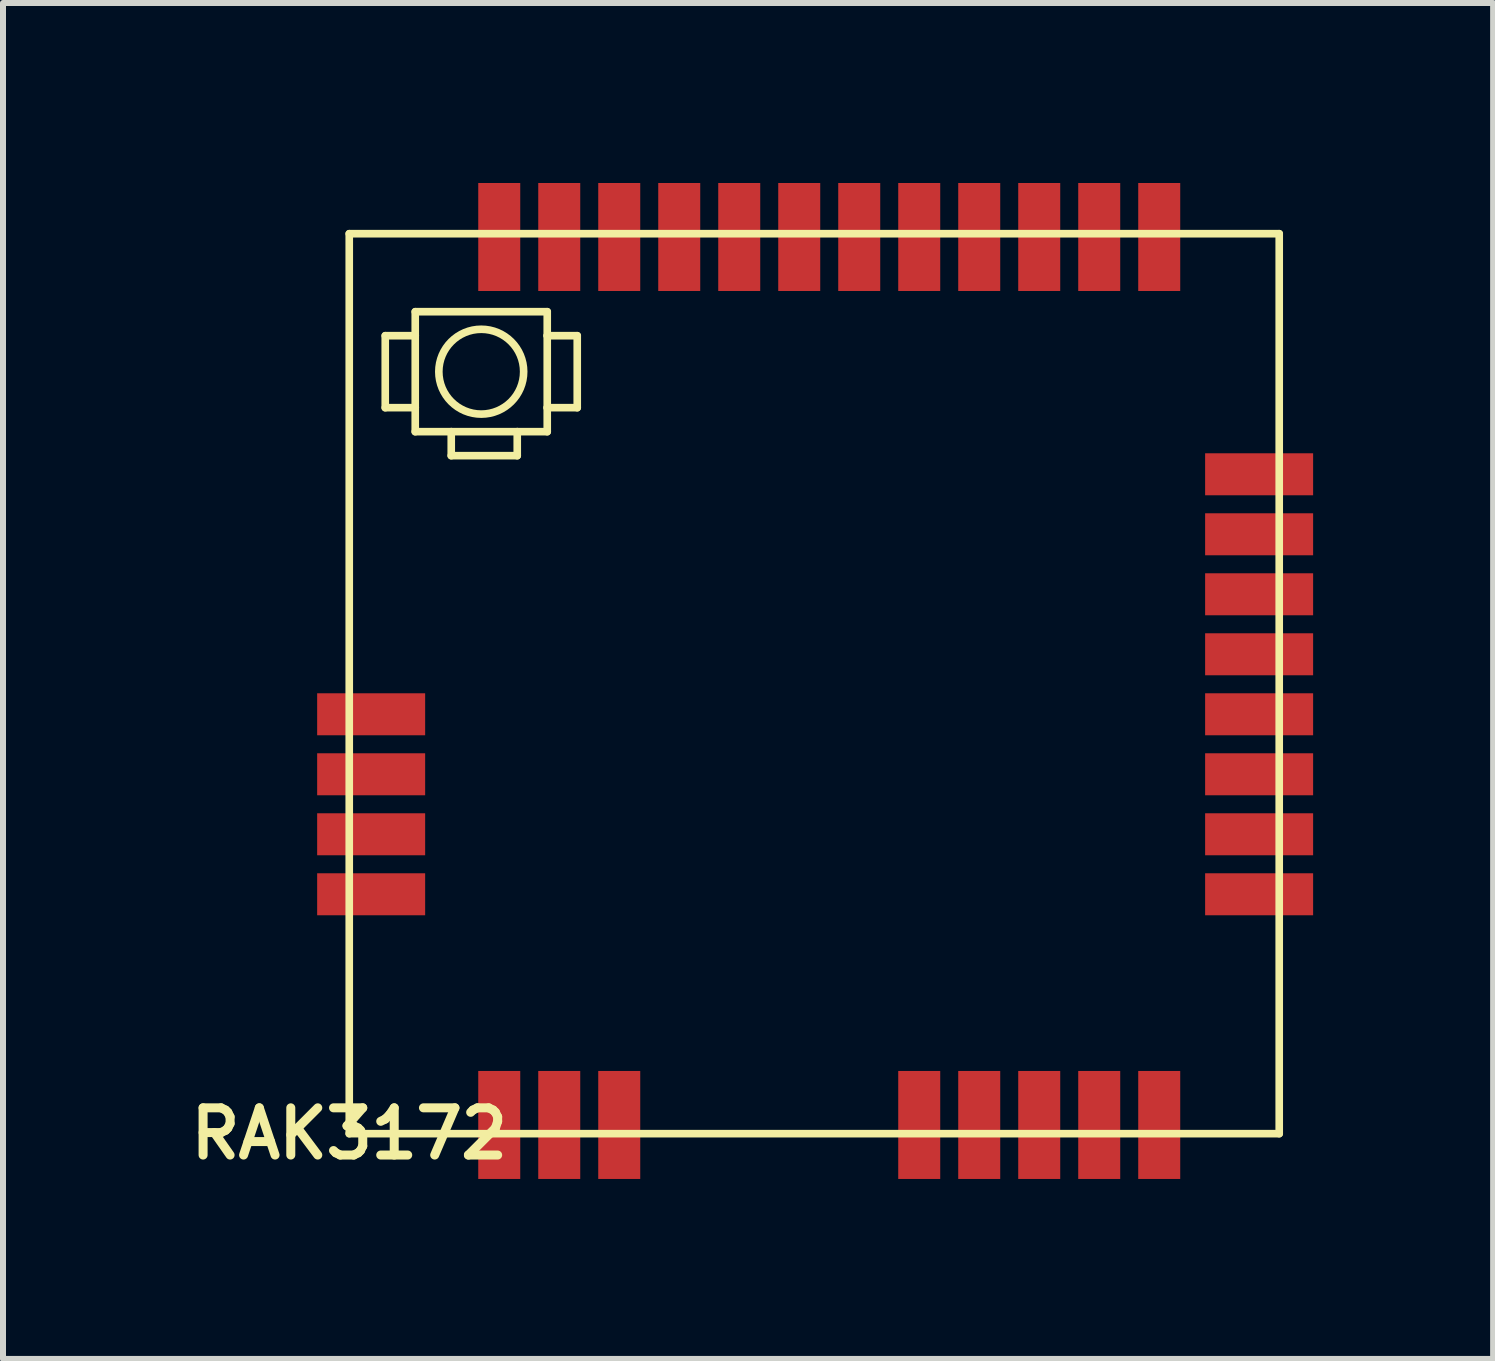
<source format=kicad_pcb>
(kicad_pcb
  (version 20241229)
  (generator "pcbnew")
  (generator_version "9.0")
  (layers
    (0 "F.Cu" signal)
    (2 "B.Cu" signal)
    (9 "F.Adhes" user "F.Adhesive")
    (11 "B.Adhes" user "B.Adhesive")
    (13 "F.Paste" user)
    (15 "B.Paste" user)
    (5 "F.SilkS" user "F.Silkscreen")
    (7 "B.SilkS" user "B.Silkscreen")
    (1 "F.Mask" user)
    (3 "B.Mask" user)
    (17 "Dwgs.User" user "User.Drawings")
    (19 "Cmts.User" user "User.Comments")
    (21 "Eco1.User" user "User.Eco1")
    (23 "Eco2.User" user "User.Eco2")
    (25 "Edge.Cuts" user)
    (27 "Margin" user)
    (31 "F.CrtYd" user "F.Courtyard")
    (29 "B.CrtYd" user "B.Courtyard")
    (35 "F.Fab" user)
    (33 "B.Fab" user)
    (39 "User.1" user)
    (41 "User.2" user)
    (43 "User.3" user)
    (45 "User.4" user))
  (footprint "RAK3172"
    (layer "F.Cu")
    (at 2.771 15.845)
    (property "Reference" "RAK3172" (at 0 0 0) (layer "F.SilkS") (effects (font (size 0.787 0.787) (thickness 0.15))))
    (attr smd)
    (fp_line (start 0 -15) (end 0 0) (stroke (width 0.127) (type solid)) (layer "F.SilkS"))
    (fp_line (start 0 0) (end 15.5 0) (stroke (width 0.127) (type solid)) (layer "F.SilkS"))
    (fp_line (start 0.6 -13.3) (end 1.1 -13.3) (stroke (width 0.127) (type solid)) (layer "F.SilkS"))
    (fp_line (start 0.6 -12.1) (end 0.6 -13.3) (stroke (width 0.127) (type solid)) (layer "F.SilkS"))
    (fp_line (start 1.1 -13.7) (end 3.3 -13.7) (stroke (width 0.127) (type solid)) (layer "F.SilkS"))
    (fp_line (start 1.1 -13.3) (end 1.1 -13.7) (stroke (width 0.127) (type solid)) (layer "F.SilkS"))
    (fp_line (start 1.1 -12.1) (end 0.6 -12.1) (stroke (width 0.127) (type solid)) (layer "F.SilkS"))
    (fp_line (start 1.1 -12.1) (end 1.1 -13.3) (stroke (width 0.127) (type solid)) (layer "F.SilkS"))
    (fp_line (start 1.1 -11.7) (end 1.1 -12.1) (stroke (width 0.127) (type solid)) (layer "F.SilkS"))
    (fp_line (start 1.7 -11.7) (end 1.1 -11.7) (stroke (width 0.127) (type solid)) (layer "F.SilkS"))
    (fp_line (start 1.7 -11.3) (end 1.7 -11.7) (stroke (width 0.127) (type solid)) (layer "F.SilkS"))
    (fp_line (start 1.7 -11.3) (end 2.8 -11.3) (stroke (width 0.127) (type solid)) (layer "F.SilkS"))
    (fp_line (start 2.8 -11.7) (end 1.7 -11.7) (stroke (width 0.127) (type solid)) (layer "F.SilkS"))
    (fp_line (start 2.8 -11.3) (end 2.8 -11.7) (stroke (width 0.127) (type solid)) (layer "F.SilkS"))
    (fp_line (start 3.3 -13.7) (end 3.3 -13.3) (stroke (width 0.127) (type solid)) (layer "F.SilkS"))
    (fp_line (start 3.3 -13.3) (end 3.3 -12.1) (stroke (width 0.127) (type solid)) (layer "F.SilkS"))
    (fp_line (start 3.3 -12.1) (end 3.3 -11.7) (stroke (width 0.127) (type solid)) (layer "F.SilkS"))
    (fp_line (start 3.3 -11.7) (end 2.8 -11.7) (stroke (width 0.127) (type solid)) (layer "F.SilkS"))
    (fp_line (start 3.8 -13.3) (end 3.3 -13.3) (stroke (width 0.127) (type solid)) (layer "F.SilkS"))
    (fp_line (start 3.8 -13.3) (end 3.8 -12.1) (stroke (width 0.127) (type solid)) (layer "F.SilkS"))
    (fp_line (start 3.8 -12.1) (end 3.3 -12.1) (stroke (width 0.127) (type solid)) (layer "F.SilkS"))
    (fp_line (start 15.5 -15) (end 0 -15) (stroke (width 0.127) (type solid)) (layer "F.SilkS"))
    (fp_line (start 15.5 0) (end 15.5 -15) (stroke (width 0.127) (type solid)) (layer "F.SilkS"))
    (fp_circle (center 2.2 -12.7) (end 2.907 -12.7) (stroke (width 0.127) (type solid)) (fill no) (layer "F.SilkS"))
    (pad "1" smd rect (at 13.5 -14.945 90) (size 1.8 0.7) (layers "F.Cu" "F.Mask" "F.Paste"))
    (pad "2" smd rect (at 12.5 -14.945 90) (size 1.8 0.7) (layers "F.Cu" "F.Mask" "F.Paste"))
    (pad "3" smd rect (at 11.5 -14.945 90) (size 1.8 0.7) (layers "F.Cu" "F.Mask" "F.Paste"))
    (pad "4" smd rect (at 10.5 -14.945 90) (size 1.8 0.7) (layers "F.Cu" "F.Mask" "F.Paste"))
    (pad "5" smd rect (at 9.5 -14.945 90) (size 1.8 0.7) (layers "F.Cu" "F.Mask" "F.Paste"))
    (pad "6" smd rect (at 8.5 -14.945 90) (size 1.8 0.7) (layers "F.Cu" "F.Mask" "F.Paste"))
    (pad "7" smd rect (at 7.5 -14.945 90) (size 1.8 0.7) (layers "F.Cu" "F.Mask" "F.Paste"))
    (pad "8" smd rect (at 6.5 -14.945 90) (size 1.8 0.7) (layers "F.Cu" "F.Mask" "F.Paste"))
    (pad "9" smd rect (at 5.5 -14.945 90) (size 1.8 0.7) (layers "F.Cu" "F.Mask" "F.Paste"))
    (pad "10" smd rect (at 4.5 -14.945 90) (size 1.8 0.7) (layers "F.Cu" "F.Mask" "F.Paste"))
    (pad "11" smd rect (at 3.5 -14.945 90) (size 1.8 0.7) (layers "F.Cu" "F.Mask" "F.Paste"))
    (pad "12" smd rect (at 2.5 -14.945 90) (size 1.8 0.7) (layers "F.Cu" "F.Mask" "F.Paste"))
    (pad "13" smd rect (at 0.365 -6.99 180) (size 1.8 0.7) (layers "F.Cu" "F.Mask" "F.Paste"))
    (pad "14" smd rect (at 0.365 -5.99 180) (size 1.8 0.7) (layers "F.Cu" "F.Mask" "F.Paste"))
    (pad "15" smd rect (at 0.365 -4.99 180) (size 1.8 0.7) (layers "F.Cu" "F.Mask" "F.Paste"))
    (pad "16" smd rect (at 0.365 -3.99 180) (size 1.8 0.7) (layers "F.Cu" "F.Mask" "F.Paste"))
    (pad "17" smd rect (at 2.5 -0.145 90) (size 1.8 0.7) (layers "F.Cu" "F.Mask" "F.Paste"))
    (pad "18" smd rect (at 3.5 -0.145 90) (size 1.8 0.7) (layers "F.Cu" "F.Mask" "F.Paste"))
    (pad "19" smd rect (at 4.5 -0.145 90) (size 1.8 0.7) (layers "F.Cu" "F.Mask" "F.Paste"))
    (pad "20" smd rect (at 9.5 -0.145 90) (size 1.8 0.7) (layers "F.Cu" "F.Mask" "F.Paste"))
    (pad "21" smd rect (at 10.5 -0.145 90) (size 1.8 0.7) (layers "F.Cu" "F.Mask" "F.Paste"))
    (pad "22" smd rect (at 11.5 -0.145 90) (size 1.8 0.7) (layers "F.Cu" "F.Mask" "F.Paste"))
    (pad "23" smd rect (at 12.5 -0.145 90) (size 1.8 0.7) (layers "F.Cu" "F.Mask" "F.Paste"))
    (pad "24" smd rect (at 13.5 -0.145 90) (size 1.8 0.7) (layers "F.Cu" "F.Mask" "F.Paste"))
    (pad "25" smd rect (at 15.165 -3.99 180) (size 1.8 0.7) (layers "F.Cu" "F.Mask" "F.Paste"))
    (pad "26" smd rect (at 15.165 -4.99 180) (size 1.8 0.7) (layers "F.Cu" "F.Mask" "F.Paste"))
    (pad "27" smd rect (at 15.165 -5.99 180) (size 1.8 0.7) (layers "F.Cu" "F.Mask" "F.Paste"))
    (pad "28" smd rect (at 15.165 -6.99 180) (size 1.8 0.7) (layers "F.Cu" "F.Mask" "F.Paste"))
    (pad "29" smd rect (at 15.165 -7.99 180) (size 1.8 0.7) (layers "F.Cu" "F.Mask" "F.Paste"))
    (pad "30" smd rect (at 15.165 -8.99 180) (size 1.8 0.7) (layers "F.Cu" "F.Mask" "F.Paste"))
    (pad "31" smd rect (at 15.165 -9.99 180) (size 1.8 0.7) (layers "F.Cu" "F.Mask" "F.Paste"))
    (pad "32" smd rect (at 15.165 -10.99 180) (size 1.8 0.7) (layers "F.Cu" "F.Mask" "F.Paste")))
  (gr_rect
    (start -3 -3)
    (end 21.836 19.6)
    (stroke (width 0.1) (type default))
    (fill no)
    (layer "Edge.Cuts")))
</source>
